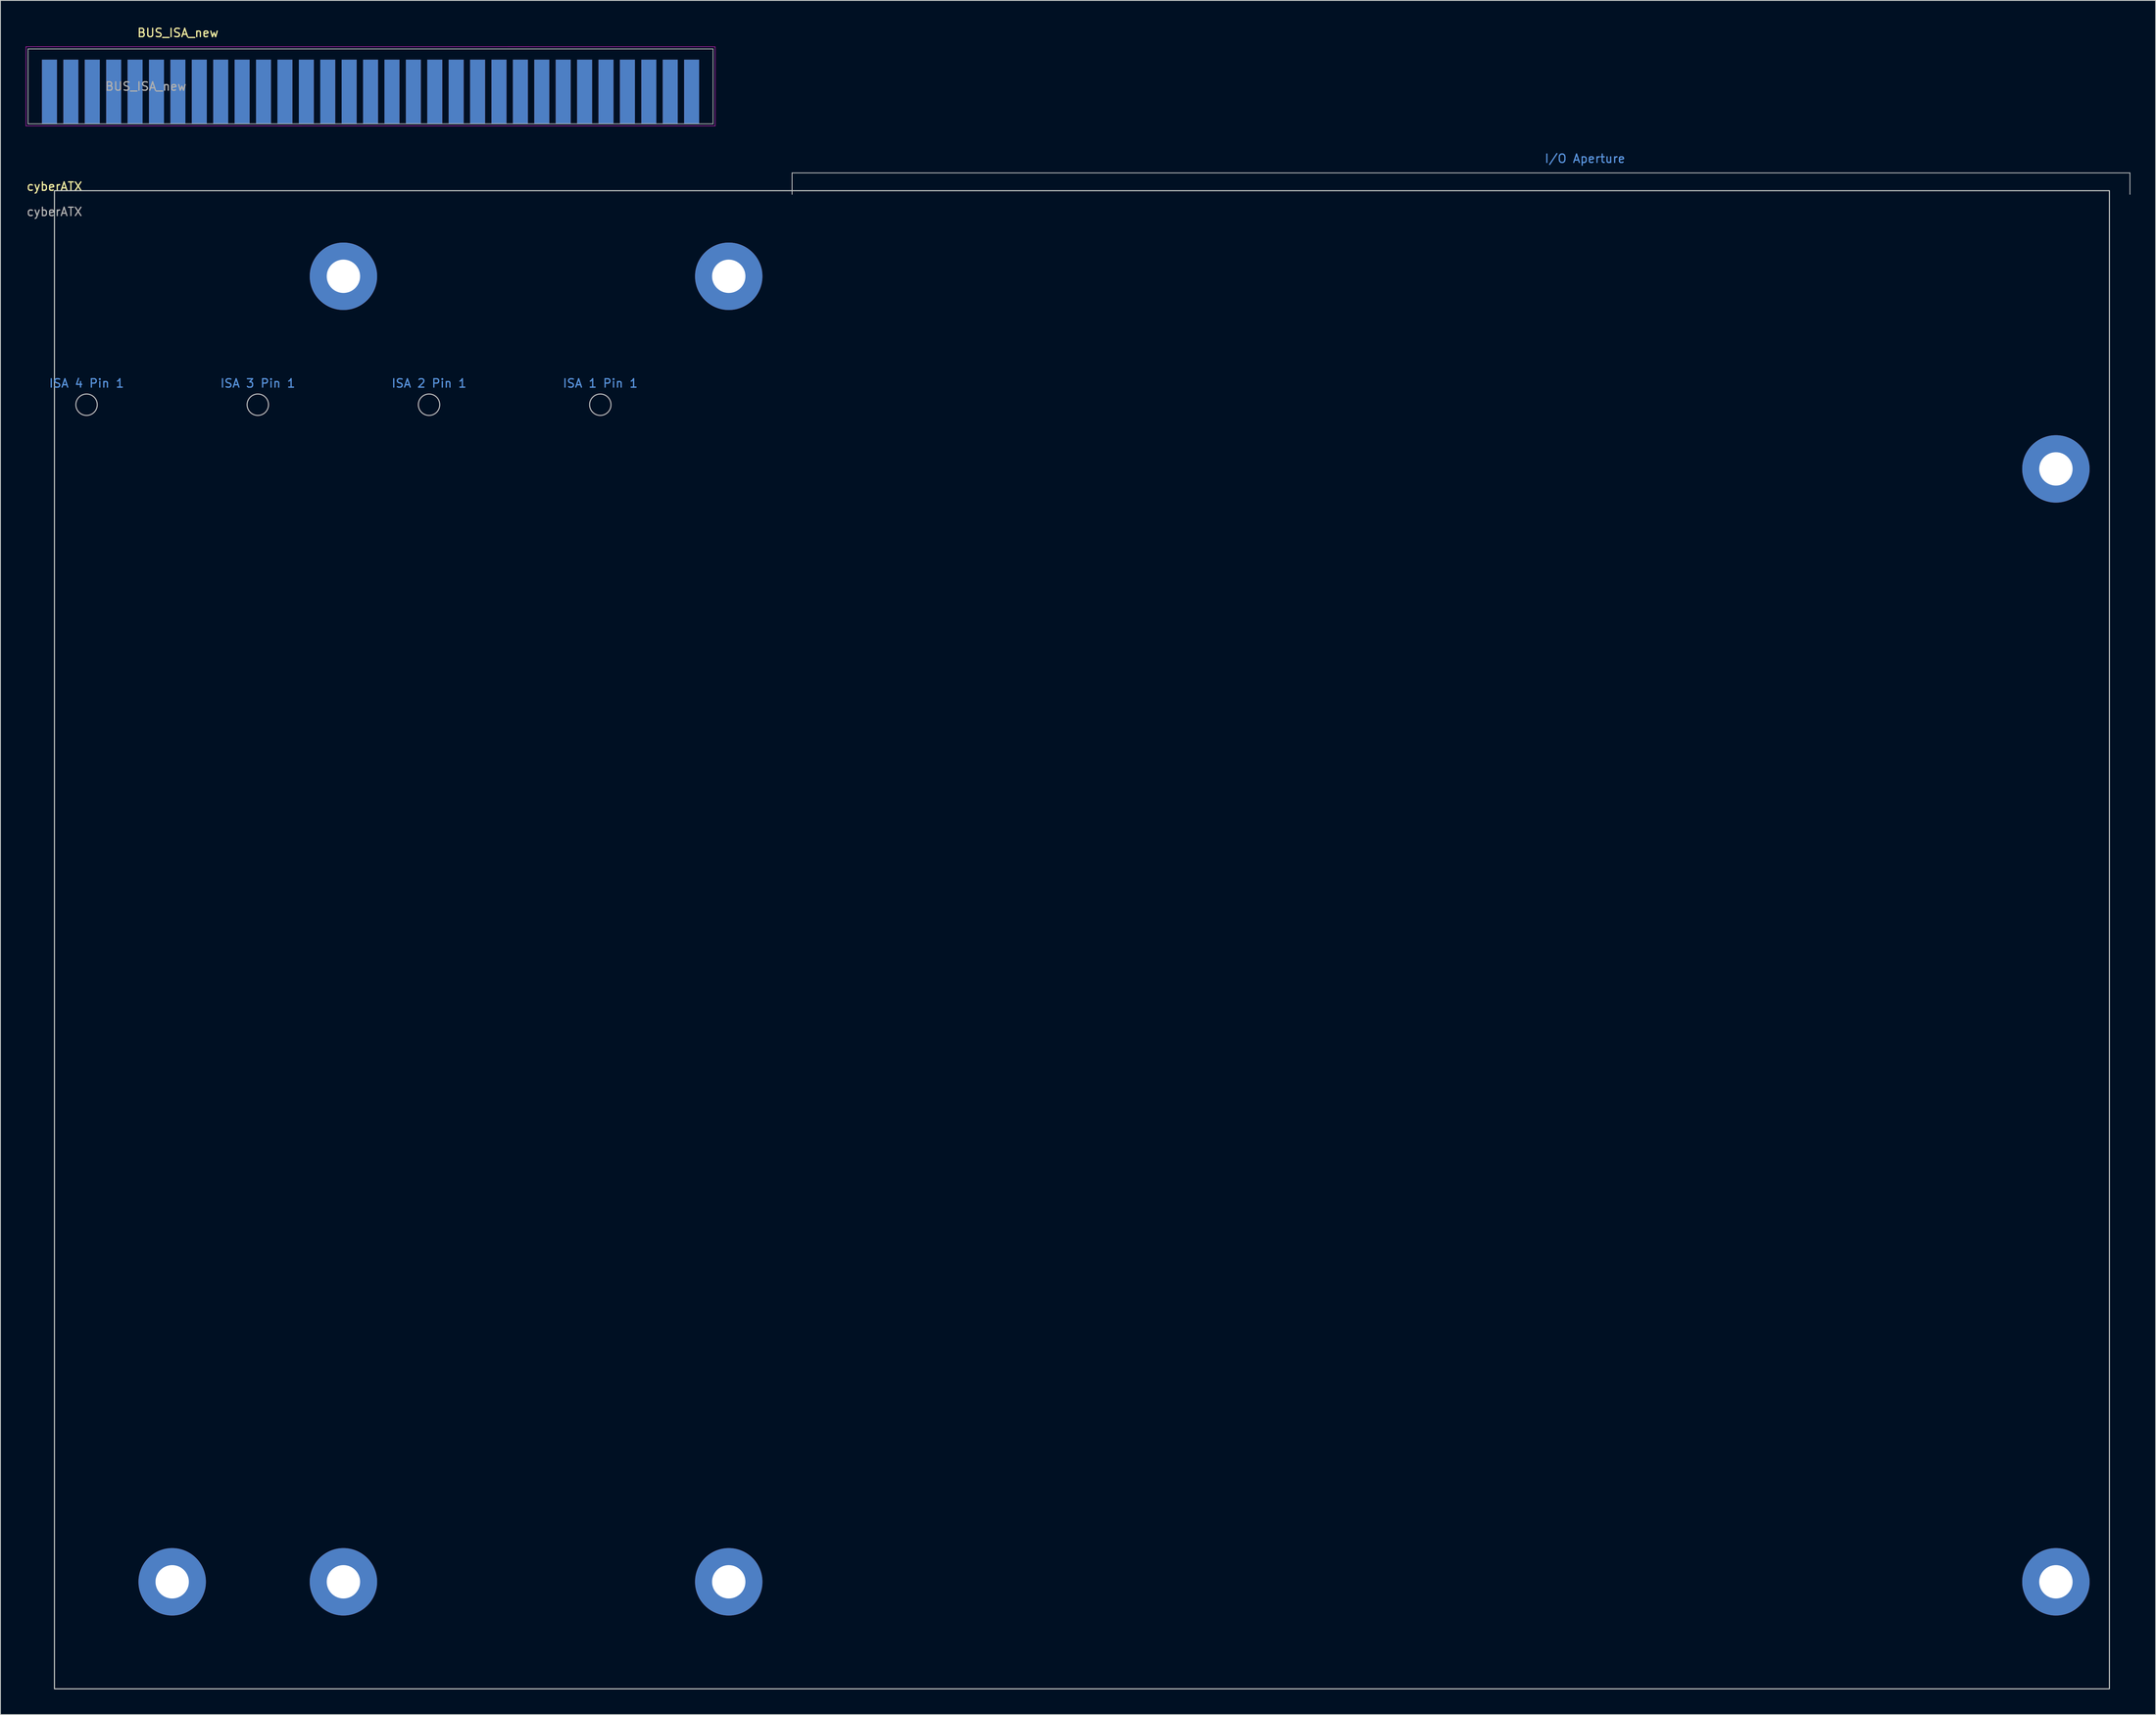
<source format=kicad_pcb>
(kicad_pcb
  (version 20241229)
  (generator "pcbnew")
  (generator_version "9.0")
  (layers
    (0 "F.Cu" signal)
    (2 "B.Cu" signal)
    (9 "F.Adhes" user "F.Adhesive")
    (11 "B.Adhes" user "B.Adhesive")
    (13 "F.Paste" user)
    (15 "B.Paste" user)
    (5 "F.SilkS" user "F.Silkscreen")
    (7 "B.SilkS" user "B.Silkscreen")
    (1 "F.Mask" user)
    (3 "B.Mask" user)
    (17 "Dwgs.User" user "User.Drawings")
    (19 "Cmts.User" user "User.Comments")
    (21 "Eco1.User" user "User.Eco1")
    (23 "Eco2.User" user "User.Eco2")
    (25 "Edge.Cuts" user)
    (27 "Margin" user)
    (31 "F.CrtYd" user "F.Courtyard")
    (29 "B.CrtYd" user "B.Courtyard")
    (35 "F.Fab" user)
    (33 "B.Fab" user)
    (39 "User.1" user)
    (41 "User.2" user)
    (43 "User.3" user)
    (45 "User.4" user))
  (footprint "BUS_ISA_new"
    (layer "F.Cu")
    (at 79.019 7.838)
    (property "Reference" "BUS_ISA_new" (at -60.96 -6.99 0) (layer "F.SilkS") (effects (font (size 1 1) (thickness 0.15))))
    (attr exclude_from_pos_files exclude_from_bom)
    (fp_line (start -78.994 -5.334) (end -78.994 4.056) (stroke (width 0.05) (type solid)) (layer "F.CrtYd"))
    (fp_line (start -78.994 -5.334) (end 2.79 -5.33) (stroke (width 0.05) (type solid)) (layer "F.CrtYd"))
    (fp_line (start 2.79 4.06) (end -78.994 4.056) (stroke (width 0.05) (type solid)) (layer "F.CrtYd"))
    (fp_line (start 2.79 4.06) (end 2.79 -5.33) (stroke (width 0.05) (type solid)) (layer "F.CrtYd"))
    (fp_line (start -78.74 -5.08) (end 2.54 -5.08) (stroke (width 0.1) (type solid)) (layer "F.Fab"))
    (fp_line (start -78.74 3.81) (end -78.74 -5.08) (stroke (width 0.1) (type solid)) (layer "F.Fab"))
    (fp_line (start 2.54 -5.08) (end 2.54 3.81) (stroke (width 0.1) (type solid)) (layer "F.Fab"))
    (fp_line (start 2.54 3.81) (end -78.74 3.81) (stroke (width 0.1) (type solid)) (layer "F.Fab"))
    (fp_text user "${REFERENCE}" (at -64.77 -0.635 0) (layer "F.Fab") (effects (font (size 1 1) (thickness 0.15))))
    (pad "A1" connect rect (at 0 0) (size 1.78 7.62) (layers "B.Cu" "B.Mask"))
    (pad "A2" connect rect (at -2.54 0) (size 1.78 7.62) (layers "B.Cu" "B.Mask"))
    (pad "A3" connect rect (at -5.08 0) (size 1.78 7.62) (layers "B.Cu" "B.Mask"))
    (pad "A4" connect rect (at -7.62 0) (size 1.78 7.62) (layers "B.Cu" "B.Mask"))
    (pad "A5" connect rect (at -10.16 0) (size 1.78 7.62) (layers "B.Cu" "B.Mask"))
    (pad "A6" connect rect (at -12.7 0) (size 1.78 7.62) (layers "B.Cu" "B.Mask"))
    (pad "A7" connect rect (at -15.24 0) (size 1.78 7.62) (layers "B.Cu" "B.Mask"))
    (pad "A8" connect rect (at -17.78 0) (size 1.78 7.62) (layers "B.Cu" "B.Mask"))
    (pad "A9" connect rect (at -20.32 0) (size 1.78 7.62) (layers "B.Cu" "B.Mask"))
    (pad "A10" connect rect (at -22.86 0) (size 1.78 7.62) (layers "B.Cu" "B.Mask"))
    (pad "A11" connect rect (at -25.4 0) (size 1.78 7.62) (layers "B.Cu" "B.Mask"))
    (pad "A12" connect rect (at -27.94 0) (size 1.78 7.62) (layers "B.Cu" "B.Mask"))
    (pad "A13" connect rect (at -30.48 0) (size 1.78 7.62) (layers "B.Cu" "B.Mask"))
    (pad "A14" connect rect (at -33.02 0) (size 1.78 7.62) (layers "B.Cu" "B.Mask"))
    (pad "A15" connect rect (at -35.56 0) (size 1.78 7.62) (layers "B.Cu" "B.Mask"))
    (pad "A16" connect rect (at -38.1 0) (size 1.78 7.62) (layers "B.Cu" "B.Mask"))
    (pad "A17" connect rect (at -40.64 0) (size 1.78 7.62) (layers "B.Cu" "B.Mask"))
    (pad "A18" connect rect (at -43.18 0) (size 1.78 7.62) (layers "B.Cu" "B.Mask"))
    (pad "A19" connect rect (at -45.72 0) (size 1.78 7.62) (layers "B.Cu" "B.Mask"))
    (pad "A20" connect rect (at -48.26 0) (size 1.78 7.62) (layers "B.Cu" "B.Mask"))
    (pad "A21" connect rect (at -50.8 0) (size 1.78 7.62) (layers "B.Cu" "B.Mask"))
    (pad "A22" connect rect (at -53.34 0) (size 1.78 7.62) (layers "B.Cu" "B.Mask"))
    (pad "A23" connect rect (at -55.88 0) (size 1.78 7.62) (layers "B.Cu" "B.Mask"))
    (pad "A24" connect rect (at -58.42 0) (size 1.78 7.62) (layers "B.Cu" "B.Mask"))
    (pad "A25" connect rect (at -60.96 0) (size 1.78 7.62) (layers "B.Cu" "B.Mask"))
    (pad "A26" connect rect (at -63.5 0) (size 1.78 7.62) (layers "B.Cu" "B.Mask"))
    (pad "A27" connect rect (at -66.04 0) (size 1.78 7.62) (layers "B.Cu" "B.Mask"))
    (pad "A28" connect rect (at -68.58 0) (size 1.78 7.62) (layers "B.Cu" "B.Mask"))
    (pad "A29" connect rect (at -71.12 0) (size 1.78 7.62) (layers "B.Cu" "B.Mask"))
    (pad "A30" connect rect (at -73.66 0) (size 1.78 7.62) (layers "B.Cu" "B.Mask"))
    (pad "A31" connect rect (at -76.2 0) (size 1.78 7.62) (layers "B.Cu" "B.Mask"))
    (pad "B1" connect rect (at 0 0) (size 1.78 7.62) (layers "F.Cu" "F.Mask"))
    (pad "B2" connect rect (at -2.54 0) (size 1.78 7.62) (layers "F.Cu" "F.Mask"))
    (pad "B3" connect rect (at -5.08 0) (size 1.78 7.62) (layers "F.Cu" "F.Mask"))
    (pad "B4" connect rect (at -7.62 0) (size 1.78 7.62) (layers "F.Cu" "F.Mask"))
    (pad "B5" connect rect (at -10.16 0) (size 1.78 7.62) (layers "F.Cu" "F.Mask"))
    (pad "B6" connect rect (at -12.7 0) (size 1.78 7.62) (layers "F.Cu" "F.Mask"))
    (pad "B7" connect rect (at -15.24 0) (size 1.78 7.62) (layers "F.Cu" "F.Mask"))
    (pad "B8" connect rect (at -17.78 0) (size 1.78 7.62) (layers "F.Cu" "F.Mask"))
    (pad "B9" connect rect (at -20.32 0) (size 1.78 7.62) (layers "F.Cu" "F.Mask"))
    (pad "B10" connect rect (at -22.86 0) (size 1.78 7.62) (layers "F.Cu" "F.Mask"))
    (pad "B11" connect rect (at -25.4 0) (size 1.78 7.62) (layers "F.Cu" "F.Mask"))
    (pad "B12" connect rect (at -27.94 0) (size 1.78 7.62) (layers "F.Cu" "F.Mask"))
    (pad "B13" connect rect (at -30.48 0) (size 1.78 7.62) (layers "F.Cu" "F.Mask"))
    (pad "B14" connect rect (at -33.02 0) (size 1.78 7.62) (layers "F.Cu" "F.Mask"))
    (pad "B15" connect rect (at -35.56 0) (size 1.78 7.62) (layers "F.Cu" "F.Mask"))
    (pad "B16" connect rect (at -38.1 0) (size 1.78 7.62) (layers "F.Cu" "F.Mask"))
    (pad "B17" connect rect (at -40.64 0) (size 1.78 7.62) (layers "F.Cu" "F.Mask"))
    (pad "B18" connect rect (at -43.18 0) (size 1.78 7.62) (layers "F.Cu" "F.Mask"))
    (pad "B19" connect rect (at -45.72 0) (size 1.78 7.62) (layers "F.Cu" "F.Mask"))
    (pad "B20" connect rect (at -48.26 0) (size 1.78 7.62) (layers "F.Cu" "F.Mask"))
    (pad "B21" connect rect (at -50.8 0) (size 1.78 7.62) (layers "F.Cu" "F.Mask"))
    (pad "B22" connect rect (at -53.34 0) (size 1.78 7.62) (layers "F.Cu" "F.Mask"))
    (pad "B23" connect rect (at -55.88 0) (size 1.78 7.62) (layers "F.Cu" "F.Mask"))
    (pad "B24" connect rect (at -58.42 0) (size 1.78 7.62) (layers "F.Cu" "F.Mask"))
    (pad "B25" connect rect (at -60.96 0) (size 1.78 7.62) (layers "F.Cu" "F.Mask"))
    (pad "B26" connect rect (at -63.5 0) (size 1.78 7.62) (layers "F.Cu" "F.Mask"))
    (pad "B27" connect rect (at -66.04 0) (size 1.78 7.62) (layers "F.Cu" "F.Mask"))
    (pad "B28" connect rect (at -68.58 0) (size 1.78 7.62) (layers "F.Cu" "F.Mask"))
    (pad "B29" connect rect (at -71.12 0) (size 1.78 7.62) (layers "F.Cu" "F.Mask"))
    (pad "B30" connect rect (at -73.66 0) (size 1.78 7.62) (layers "F.Cu" "F.Mask"))
    (pad "B31" connect rect (at -76.2 0) (size 1.78 7.62) (layers "F.Cu" "F.Mask")))
  (footprint "cyberATX"
    (layer "F.Cu")
    (at 3.411 19.581)
    (property "Reference" "cyberATX" (at 0 -0.5 0) (unlocked yes) (layer "F.SilkS") (effects (font (size 1 1) (thickness 0.15))))
    (fp_line (start 87.528 -2.108) (end 246.278 -2.108) (stroke (width 0.1) (type solid)) (layer "Dwgs.User"))
    (fp_line (start 87.528 0.432) (end 87.528 -2.108) (stroke (width 0.1) (type solid)) (layer "Dwgs.User"))
    (fp_line (start 246.278 -2.108) (end 246.278 0.432) (stroke (width 0.1) (type solid)) (layer "Dwgs.User"))
    (fp_circle (center 3.81 25.4) (end 5.08 25.4) (stroke (width 0.12) (type solid)) (fill no) (layer "Dwgs.User"))
    (fp_circle (center 24.13 25.4) (end 25.4 25.4) (stroke (width 0.12) (type solid)) (fill no) (layer "Dwgs.User"))
    (fp_circle (center 44.45 25.4) (end 45.72 25.4) (stroke (width 0.12) (type solid)) (fill no) (layer "Dwgs.User"))
    (fp_circle (center 64.77 25.4) (end 66.04 25.4) (stroke (width 0.12) (type solid)) (fill no) (layer "Dwgs.User"))
    (fp_rect (start 0 0) (end 243.84 177.8) (stroke (width 0.12) (type solid)) (fill no) (layer "Edge.Cuts"))
    (fp_text user "ISA 1 Pin 1" (at 64.77 22.86 0) (unlocked yes) (layer "Cmts.User") (effects (font (size 1 1) (thickness 0.15))))
    (fp_text user "ISA 4 Pin 1" (at 3.81 22.86 0) (unlocked yes) (layer "Cmts.User") (effects (font (size 1 1) (thickness 0.15))))
    (fp_text user "ISA 3 Pin 1" (at 24.13 22.86 0) (unlocked yes) (layer "Cmts.User") (effects (font (size 1 1) (thickness 0.15))))
    (fp_text user "I/O Aperture" (at 181.61 -3.81 0) (unlocked yes) (layer "Cmts.User") (effects (font (size 1 1) (thickness 0.15))))
    (fp_text user "ISA 2 Pin 1" (at 44.45 22.86 0) (unlocked yes) (layer "Cmts.User") (effects (font (size 1 1) (thickness 0.15))))
    (fp_text user "${REFERENCE}" (at 0 2.5 0) (unlocked yes) (layer "F.Fab") (effects (font (size 1 1) (thickness 0.15))))
    (pad "" np_thru_hole circle (at 13.97 165.1) (size 8 8) (drill 3.96) (layers "*.Cu" "*.Mask"))
    (pad "" np_thru_hole circle (at 34.29 10.16) (size 8 8) (drill 3.96) (layers "*.Cu" "*.Mask"))
    (pad "" np_thru_hole circle (at 34.29 165.1) (size 8 8) (drill 3.96) (layers "*.Cu" "*.Mask"))
    (pad "" np_thru_hole circle (at 80.01 10.16) (size 8 8) (drill 3.96) (layers "*.Cu" "*.Mask"))
    (pad "" np_thru_hole circle (at 80.01 165.1) (size 8 8) (drill 3.96) (layers "*.Cu" "*.Mask"))
    (pad "" np_thru_hole circle (at 237.49 33.02) (size 8 8) (drill 3.96) (layers "*.Cu" "*.Mask"))
    (pad "" np_thru_hole circle (at 237.49 165.1) (size 8 8) (drill 3.96) (layers "*.Cu" "*.Mask"))
    (zone (net_name "") (layer "F.Cu") (name "I/O Aperture Keep out") (hatch edge 0.508) (connect_pads) (min_thickness 0.254) (filled_areas_thickness no) (keepout (tracks not_allowed) (vias not_allowed) (pads not_allowed) (copperpour not_allowed) (footprints allowed)) (placement (enabled no)) (fill) (polygon (pts (xy 247.251 22.122) (xy 90.939 22.122) (xy 90.939 19.581) (xy 247.251 19.581)))))
  (gr_rect
    (start -3 -3)
    (end 252.739 200.441)
    (stroke (width 0.1) (type default))
    (fill no)
    (layer "Edge.Cuts")))
</source>
